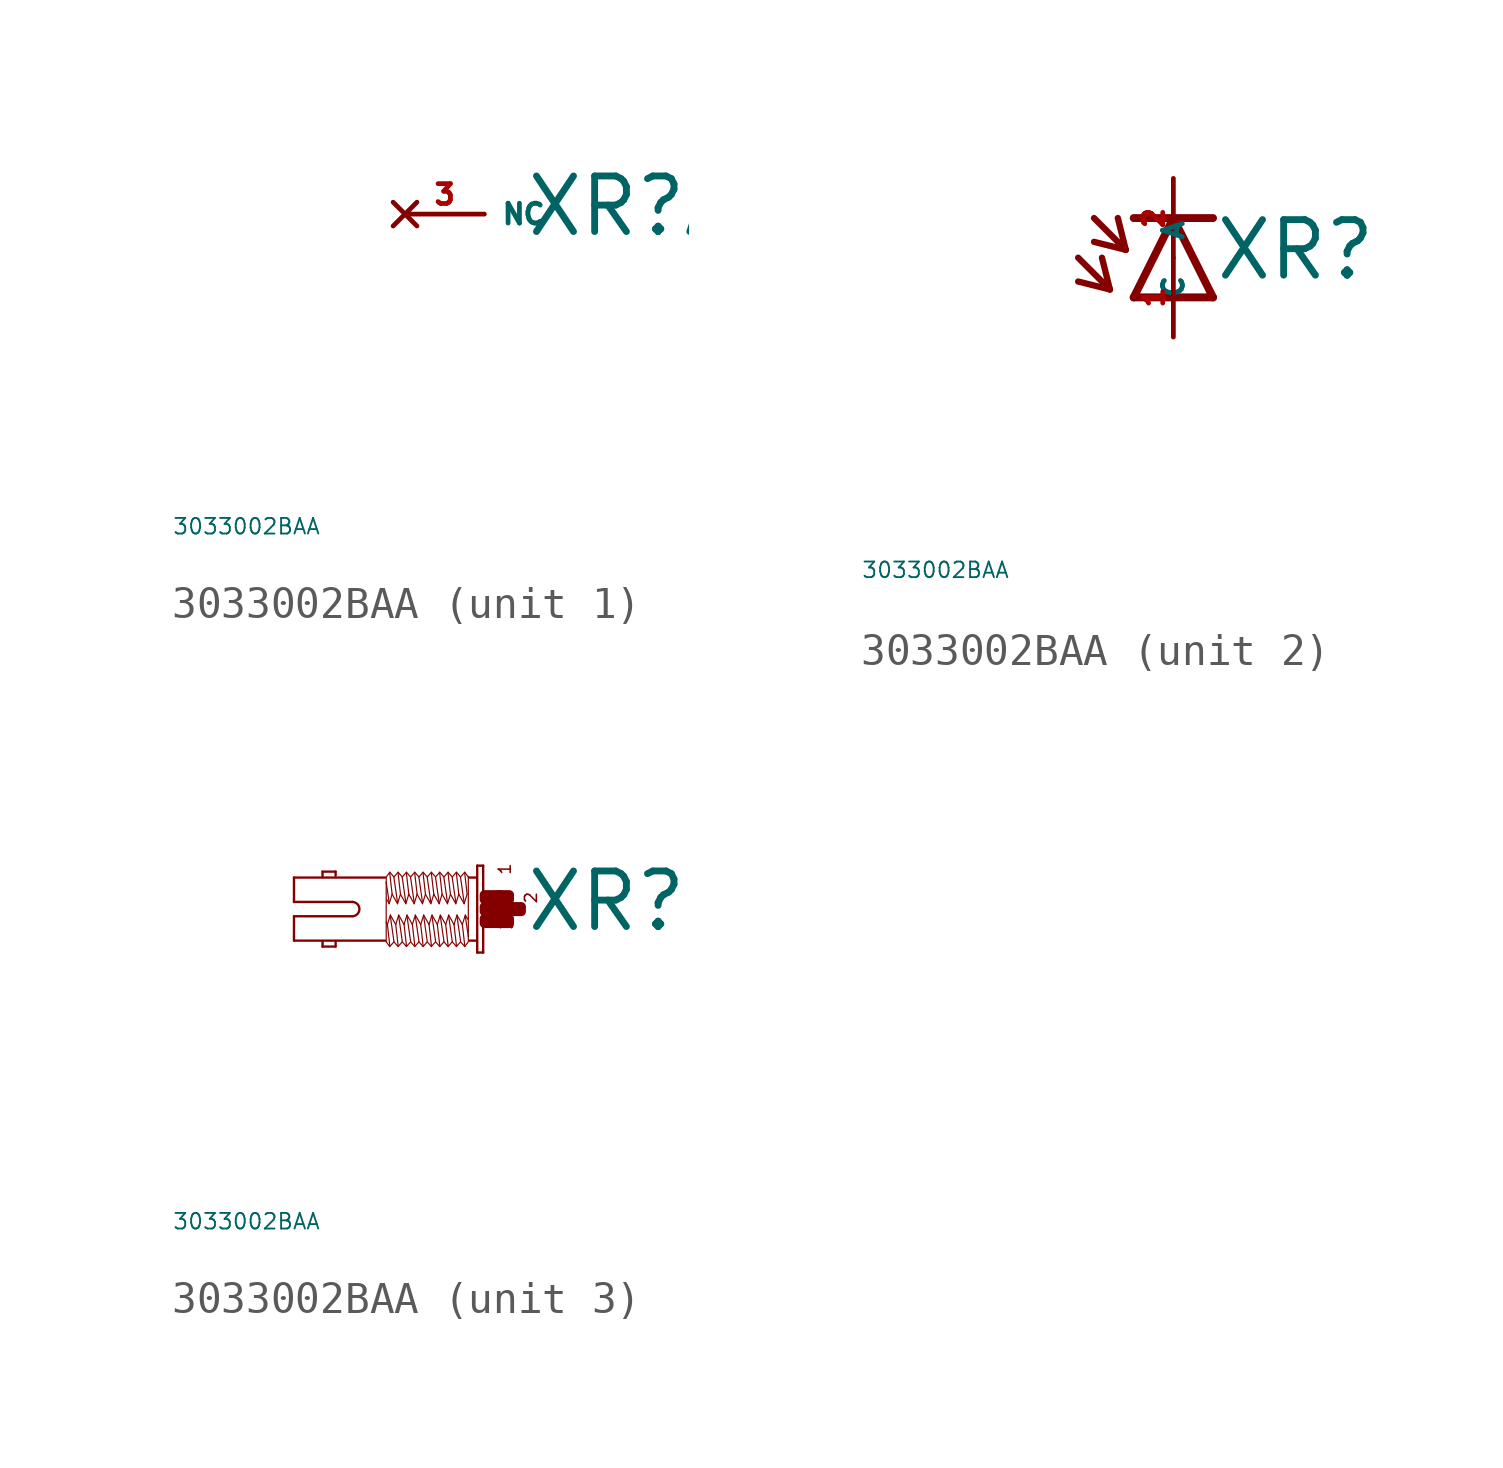
<source format=kicad_sym>
(kicad_symbol_lib
  (version 20220914)
  (generator Eagle2Kicad)
  (symbol "3033002BAA"
    (property "Reference" "XR"
      (at 1.27 -0.787 0)
      (effects (font (size 1.778 1.778) (thickness 0.22)) (justify left bottom)))
    (property "Value" "3033002BAA"
      (at -10 -10 0)
      (effects (font (size 0.5 0.5) (thickness 0.06)) (justify left)))
    (symbol "3033002BAA_1_0"
      (pin no_connect line (at -2.54 0 0) (length 2.54) (name "NC" (effects (font (size 0.635 0.635) (thickness 0.08)) (justify left bottom) hide)) (number "3" (effects (font (size 0.635 0.635) (thickness 0.08)) (justify left bottom) hide))))
    (symbol "3033002BAA_2_0"
      (polyline (pts (xy 1.27 -1.27) (xy 0 1.27)) (stroke (width 0.254) (type default)) (fill (type none)))
      (polyline (pts (xy 0 1.27) (xy -1.27 -1.27)) (stroke (width 0.254) (type default)) (fill (type none)))
      (polyline (pts (xy -1.27 1.27) (xy 0 1.27)) (stroke (width 0.254) (type default)) (fill (type none)))
      (polyline (pts (xy -1.27 -1.27) (xy 1.27 -1.27)) (stroke (width 0.254) (type default)) (fill (type none)))
      (polyline (pts (xy 0 1.27) (xy 1.27 1.27)) (stroke (width 0.254) (type default)) (fill (type none)))
      (polyline (pts (xy -3.048 0) (xy -2.032 -1.016)) (stroke (width 0.203) (type default)) (fill (type none)))
      (polyline (pts (xy -2.032 -1.016) (xy -2.286 0)) (stroke (width 0.203) (type default)) (fill (type none)))
      (polyline (pts (xy -2.032 -1.016) (xy -3.048 -0.762)) (stroke (width 0.203) (type default)) (fill (type none)))
      (polyline (pts (xy -2.54 1.27) (xy -1.524 0.254)) (stroke (width 0.203) (type default)) (fill (type none)))
      (polyline (pts (xy -1.524 0.254) (xy -1.778 1.27)) (stroke (width 0.203) (type default)) (fill (type none)))
      (polyline (pts (xy -1.524 0.254) (xy -2.54 0.508)) (stroke (width 0.203) (type default)) (fill (type none)))
      (pin passive line (at 0 -2.54 90) (length 2.54) (name "A" (effects (font (size 0.635 0.635) (thickness 0.08)) (justify left bottom))) (number "1" (effects (font (size 0.635 0.635) (thickness 0.08)) (justify left bottom))))
      (pin passive line (at 0 2.54 270) (length 2.54) (name "C" (effects (font (size 0.635 0.635) (thickness 0.08)) (justify left bottom))) (number "2" (effects (font (size 0.635 0.635) (thickness 0.08)) (justify left bottom)))))
    (symbol "3033002BAA_3_0"
      (polyline (pts (xy -0.038 1.391) (xy -0.038 -1.391)) (stroke (width 0.076) (type default)) (fill (type none)))
      (polyline (pts (xy -0.038 -1.391) (xy -0.229 -1.391)) (stroke (width 0.076) (type default)) (fill (type none)))
      (polyline (pts (xy -0.229 -1.391) (xy -0.229 1.391)) (stroke (width 0.076) (type default)) (fill (type none)))
      (polyline (pts (xy -0.229 1.391) (xy -0.038 1.391)) (stroke (width 0.076) (type default)) (fill (type none)))
      (polyline (pts (xy -0.267 1.01) (xy -0.476 1.01)) (stroke (width 0.076) (type default)) (fill (type none)))
      (polyline (pts (xy -0.267 -1.01) (xy -0.476 -1.01)) (stroke (width 0.076) (type default)) (fill (type none)))
      (polyline (pts (xy -3.181 -1.01) (xy -6.096 -1.01)) (stroke (width 0.076) (type default)) (fill (type none)))
      (polyline (pts (xy -6.096 -1.01) (xy -6.096 -0.229)) (stroke (width 0.076) (type default)) (fill (type none)))
      (polyline (pts (xy -6.096 -0.229) (xy -4.229 -0.229)) (stroke (width 0.076) (type default)) (fill (type none)))
      (polyline (pts (xy -4.229 0.229) (xy -6.096 0.229)) (stroke (width 0.076) (type default)) (fill (type none)))
      (polyline (pts (xy -6.096 0.229) (xy -6.096 1.01)) (stroke (width 0.076) (type default)) (fill (type none)))
      (polyline (pts (xy -6.096 1.01) (xy -3.181 1.01)) (stroke (width 0.076) (type default)) (fill (type none)))
      (polyline (pts (xy -4.763 -1.029) (xy -4.763 -1.2)) (stroke (width 0.076) (type default)) (fill (type none)))
      (polyline (pts (xy -4.763 -1.2) (xy -5.182 -1.2)) (stroke (width 0.076) (type default)) (fill (type none)))
      (polyline (pts (xy -5.182 -1.2) (xy -5.182 -1.048)) (stroke (width 0.076) (type default)) (fill (type none)))
      (polyline (pts (xy -4.763 1.067) (xy -4.763 1.2)) (stroke (width 0.076) (type default)) (fill (type none)))
      (polyline (pts (xy -4.763 1.2) (xy -5.182 1.2)) (stroke (width 0.076) (type default)) (fill (type none)))
      (polyline (pts (xy -5.182 1.2) (xy -5.182 1.048)) (stroke (width 0.076) (type default)) (fill (type none)))
      (polyline (pts (xy -0.514 -1.048) (xy -0.629 -1.2)) (stroke (width 0.038) (type default)) (fill (type none)))
      (polyline (pts (xy -0.629 -1.2) (xy -0.762 -1.048)) (stroke (width 0.038) (type default)) (fill (type none)))
      (polyline (pts (xy -0.762 -1.048) (xy -0.895 -1.2)) (stroke (width 0.038) (type default)) (fill (type none)))
      (polyline (pts (xy -0.895 -1.2) (xy -1.029 -1.048)) (stroke (width 0.038) (type default)) (fill (type none)))
      (polyline (pts (xy -1.029 -1.048) (xy -1.162 -1.2)) (stroke (width 0.038) (type default)) (fill (type none)))
      (polyline (pts (xy -1.162 -1.2) (xy -1.295 -1.048)) (stroke (width 0.038) (type default)) (fill (type none)))
      (polyline (pts (xy -1.295 -1.048) (xy -1.429 -1.2)) (stroke (width 0.038) (type default)) (fill (type none)))
      (polyline (pts (xy -1.429 -1.2) (xy -1.562 -1.048)) (stroke (width 0.038) (type default)) (fill (type none)))
      (polyline (pts (xy -1.562 -1.048) (xy -1.696 -1.2)) (stroke (width 0.038) (type default)) (fill (type none)))
      (polyline (pts (xy -1.696 -1.2) (xy -1.829 -1.048)) (stroke (width 0.038) (type default)) (fill (type none)))
      (polyline (pts (xy -1.829 -1.048) (xy -1.962 -1.2)) (stroke (width 0.038) (type default)) (fill (type none)))
      (polyline (pts (xy -1.962 -1.2) (xy -2.095 -1.048)) (stroke (width 0.038) (type default)) (fill (type none)))
      (polyline (pts (xy -2.095 -1.048) (xy -2.229 -1.2)) (stroke (width 0.038) (type default)) (fill (type none)))
      (polyline (pts (xy -2.229 -1.2) (xy -2.362 -1.048)) (stroke (width 0.038) (type default)) (fill (type none)))
      (polyline (pts (xy -2.362 -1.048) (xy -2.496 -1.2)) (stroke (width 0.038) (type default)) (fill (type none)))
      (polyline (pts (xy -2.496 -1.2) (xy -2.629 -1.048)) (stroke (width 0.038) (type default)) (fill (type none)))
      (polyline (pts (xy -2.629 -1.048) (xy -2.762 -1.2)) (stroke (width 0.038) (type default)) (fill (type none)))
      (polyline (pts (xy -2.762 -1.2) (xy -2.896 -1.048)) (stroke (width 0.038) (type default)) (fill (type none)))
      (polyline (pts (xy -2.896 -1.048) (xy -3.029 -1.2)) (stroke (width 0.038) (type default)) (fill (type none)))
      (polyline (pts (xy -3.029 -1.2) (xy -3.143 -1.048)) (stroke (width 0.038) (type default)) (fill (type none)))
      (polyline (pts (xy -3.143 -1.048) (xy -3.143 -0.419)) (stroke (width 0.038) (type default)) (fill (type none)))
      (polyline (pts (xy -3.143 -0.419) (xy -3.143 0.857)) (stroke (width 0.038) (type default)) (fill (type none)))
      (polyline (pts (xy -3.143 0.857) (xy -3.143 1.029)) (stroke (width 0.038) (type default)) (fill (type none)))
      (polyline (pts (xy -0.514 1.048) (xy -0.514 1.029)) (stroke (width 0.038) (type default)) (fill (type none)))
      (polyline (pts (xy -0.514 1.029) (xy -0.514 -0.876)) (stroke (width 0.038) (type default)) (fill (type none)))
      (polyline (pts (xy -0.514 -0.876) (xy -0.514 -1.029)) (stroke (width 0.038) (type default)) (fill (type none)))
      (polyline (pts (xy -0.533 -0.324) (xy -0.61 -0.191)) (stroke (width 0.038) (type default)) (fill (type none)))
      (polyline (pts (xy -0.61 -0.191) (xy -0.705 -0.495)) (stroke (width 0.038) (type default)) (fill (type none)))
      (polyline (pts (xy -0.705 -0.495) (xy -0.876 -0.191)) (stroke (width 0.038) (type default)) (fill (type none)))
      (polyline (pts (xy -0.876 -0.191) (xy -0.972 -0.495)) (stroke (width 0.038) (type default)) (fill (type none)))
      (polyline (pts (xy -0.972 -0.495) (xy -1.143 -0.191)) (stroke (width 0.038) (type default)) (fill (type none)))
      (polyline (pts (xy -1.143 -0.191) (xy -1.238 -0.495)) (stroke (width 0.038) (type default)) (fill (type none)))
      (polyline (pts (xy -1.238 -0.495) (xy -1.41 -0.191)) (stroke (width 0.038) (type default)) (fill (type none)))
      (polyline (pts (xy -1.41 -0.191) (xy -1.505 -0.495)) (stroke (width 0.038) (type default)) (fill (type none)))
      (polyline (pts (xy -1.505 -0.495) (xy -1.676 -0.191)) (stroke (width 0.038) (type default)) (fill (type none)))
      (polyline (pts (xy -1.676 -0.191) (xy -1.772 -0.495)) (stroke (width 0.038) (type default)) (fill (type none)))
      (polyline (pts (xy -1.772 -0.495) (xy -1.943 -0.191)) (stroke (width 0.038) (type default)) (fill (type none)))
      (polyline (pts (xy -1.943 -0.191) (xy -2.038 -0.495)) (stroke (width 0.038) (type default)) (fill (type none)))
      (polyline (pts (xy -2.038 -0.495) (xy -2.21 -0.191)) (stroke (width 0.038) (type default)) (fill (type none)))
      (polyline (pts (xy -2.21 -0.191) (xy -2.305 -0.495)) (stroke (width 0.038) (type default)) (fill (type none)))
      (polyline (pts (xy -2.305 -0.495) (xy -2.477 -0.191)) (stroke (width 0.038) (type default)) (fill (type none)))
      (polyline (pts (xy -2.477 -0.191) (xy -2.572 -0.495)) (stroke (width 0.038) (type default)) (fill (type none)))
      (polyline (pts (xy -2.572 -0.495) (xy -2.743 -0.191)) (stroke (width 0.038) (type default)) (fill (type none)))
      (polyline (pts (xy -2.743 -0.191) (xy -2.838 -0.495)) (stroke (width 0.038) (type default)) (fill (type none)))
      (polyline (pts (xy -2.838 -0.495) (xy -3.01 -0.191)) (stroke (width 0.038) (type default)) (fill (type none)))
      (polyline (pts (xy -3.01 -0.191) (xy -3.105 -0.495)) (stroke (width 0.038) (type default)) (fill (type none)))
      (polyline (pts (xy -3.105 -0.495) (xy -3.143 -0.419)) (stroke (width 0.038) (type default)) (fill (type none)))
      (polyline (pts (xy -3.029 -1.162) (xy -3.105 -0.495)) (stroke (width 0.038) (type default)) (fill (type none)))
      (polyline (pts (xy -2.896 -1.029) (xy -3.01 -0.229)) (stroke (width 0.038) (type default)) (fill (type none)))
      (polyline (pts (xy -2.762 -1.162) (xy -2.838 -0.495)) (stroke (width 0.038) (type default)) (fill (type none)))
      (polyline (pts (xy -2.629 -1.029) (xy -2.743 -0.229)) (stroke (width 0.038) (type default)) (fill (type none)))
      (polyline (pts (xy -2.496 -1.162) (xy -2.572 -0.495)) (stroke (width 0.038) (type default)) (fill (type none)))
      (polyline (pts (xy -2.362 -1.029) (xy -2.477 -0.229)) (stroke (width 0.038) (type default)) (fill (type none)))
      (polyline (pts (xy -2.229 -1.162) (xy -2.305 -0.495)) (stroke (width 0.038) (type default)) (fill (type none)))
      (polyline (pts (xy -2.095 -1.029) (xy -2.21 -0.229)) (stroke (width 0.038) (type default)) (fill (type none)))
      (polyline (pts (xy -1.962 -1.162) (xy -2.038 -0.495)) (stroke (width 0.038) (type default)) (fill (type none)))
      (polyline (pts (xy -1.829 -1.029) (xy -1.943 -0.229)) (stroke (width 0.038) (type default)) (fill (type none)))
      (polyline (pts (xy -1.696 -1.162) (xy -1.772 -0.495)) (stroke (width 0.038) (type default)) (fill (type none)))
      (polyline (pts (xy -1.562 -1.029) (xy -1.676 -0.229)) (stroke (width 0.038) (type default)) (fill (type none)))
      (polyline (pts (xy -1.429 -1.162) (xy -1.505 -0.495)) (stroke (width 0.038) (type default)) (fill (type none)))
      (polyline (pts (xy -1.295 -1.029) (xy -1.41 -0.229)) (stroke (width 0.038) (type default)) (fill (type none)))
      (polyline (pts (xy -1.162 -1.162) (xy -1.238 -0.495)) (stroke (width 0.038) (type default)) (fill (type none)))
      (polyline (pts (xy -1.029 -1.029) (xy -1.143 -0.229)) (stroke (width 0.038) (type default)) (fill (type none)))
      (polyline (pts (xy -0.895 -1.162) (xy -0.972 -0.495)) (stroke (width 0.038) (type default)) (fill (type none)))
      (polyline (pts (xy -0.762 -1.029) (xy -0.876 -0.229)) (stroke (width 0.038) (type default)) (fill (type none)))
      (polyline (pts (xy -0.629 -1.162) (xy -0.705 -0.495)) (stroke (width 0.038) (type default)) (fill (type none)))
      (polyline (pts (xy -0.514 -0.876) (xy -0.61 -0.229)) (stroke (width 0.038) (type default)) (fill (type none)))
      (polyline (pts (xy -3.143 1.029) (xy -3.029 1.181)) (stroke (width 0.038) (type default)) (fill (type none)))
      (polyline (pts (xy -3.029 1.181) (xy -2.896 1.029)) (stroke (width 0.038) (type default)) (fill (type none)))
      (polyline (pts (xy -2.896 1.029) (xy -2.762 1.181)) (stroke (width 0.038) (type default)) (fill (type none)))
      (polyline (pts (xy -2.762 1.181) (xy -2.629 1.029)) (stroke (width 0.038) (type default)) (fill (type none)))
      (polyline (pts (xy -2.629 1.029) (xy -2.496 1.181)) (stroke (width 0.038) (type default)) (fill (type none)))
      (polyline (pts (xy -2.496 1.181) (xy -2.362 1.029)) (stroke (width 0.038) (type default)) (fill (type none)))
      (polyline (pts (xy -2.362 1.029) (xy -2.229 1.181)) (stroke (width 0.038) (type default)) (fill (type none)))
      (polyline (pts (xy -2.229 1.181) (xy -2.095 1.029)) (stroke (width 0.038) (type default)) (fill (type none)))
      (polyline (pts (xy -2.095 1.029) (xy -1.962 1.181)) (stroke (width 0.038) (type default)) (fill (type none)))
      (polyline (pts (xy -1.962 1.181) (xy -1.829 1.029)) (stroke (width 0.038) (type default)) (fill (type none)))
      (polyline (pts (xy -1.829 1.029) (xy -1.696 1.181)) (stroke (width 0.038) (type default)) (fill (type none)))
      (polyline (pts (xy -1.696 1.181) (xy -1.562 1.029)) (stroke (width 0.038) (type default)) (fill (type none)))
      (polyline (pts (xy -1.562 1.029) (xy -1.429 1.181)) (stroke (width 0.038) (type default)) (fill (type none)))
      (polyline (pts (xy -1.429 1.181) (xy -1.295 1.029)) (stroke (width 0.038) (type default)) (fill (type none)))
      (polyline (pts (xy -1.295 1.029) (xy -1.162 1.181)) (stroke (width 0.038) (type default)) (fill (type none)))
      (polyline (pts (xy -1.162 1.181) (xy -1.029 1.029)) (stroke (width 0.038) (type default)) (fill (type none)))
      (polyline (pts (xy -1.029 1.029) (xy -0.895 1.181)) (stroke (width 0.038) (type default)) (fill (type none)))
      (polyline (pts (xy -0.895 1.181) (xy -0.762 1.029)) (stroke (width 0.038) (type default)) (fill (type none)))
      (polyline (pts (xy -0.762 1.029) (xy -0.629 1.181)) (stroke (width 0.038) (type default)) (fill (type none)))
      (polyline (pts (xy -0.629 1.181) (xy -0.514 1.029)) (stroke (width 0.038) (type default)) (fill (type none)))
      (polyline (pts (xy -3.124 0.305) (xy -3.048 0.172)) (stroke (width 0.038) (type default)) (fill (type none)))
      (polyline (pts (xy -3.048 0.172) (xy -2.953 0.476)) (stroke (width 0.038) (type default)) (fill (type none)))
      (polyline (pts (xy -2.953 0.476) (xy -2.781 0.172)) (stroke (width 0.038) (type default)) (fill (type none)))
      (polyline (pts (xy -2.781 0.172) (xy -2.686 0.476)) (stroke (width 0.038) (type default)) (fill (type none)))
      (polyline (pts (xy -2.686 0.476) (xy -2.515 0.172)) (stroke (width 0.038) (type default)) (fill (type none)))
      (polyline (pts (xy -2.515 0.172) (xy -2.419 0.476)) (stroke (width 0.038) (type default)) (fill (type none)))
      (polyline (pts (xy -2.419 0.476) (xy -2.248 0.172)) (stroke (width 0.038) (type default)) (fill (type none)))
      (polyline (pts (xy -2.248 0.172) (xy -2.153 0.476)) (stroke (width 0.038) (type default)) (fill (type none)))
      (polyline (pts (xy -2.153 0.476) (xy -1.981 0.172)) (stroke (width 0.038) (type default)) (fill (type none)))
      (polyline (pts (xy -1.981 0.172) (xy -1.886 0.476)) (stroke (width 0.038) (type default)) (fill (type none)))
      (polyline (pts (xy -1.886 0.476) (xy -1.714 0.172)) (stroke (width 0.038) (type default)) (fill (type none)))
      (polyline (pts (xy -1.714 0.172) (xy -1.619 0.476)) (stroke (width 0.038) (type default)) (fill (type none)))
      (polyline (pts (xy -1.619 0.476) (xy -1.448 0.172)) (stroke (width 0.038) (type default)) (fill (type none)))
      (polyline (pts (xy -1.448 0.172) (xy -1.353 0.476)) (stroke (width 0.038) (type default)) (fill (type none)))
      (polyline (pts (xy -1.353 0.476) (xy -1.181 0.172)) (stroke (width 0.038) (type default)) (fill (type none)))
      (polyline (pts (xy -1.181 0.172) (xy -1.086 0.476)) (stroke (width 0.038) (type default)) (fill (type none)))
      (polyline (pts (xy -1.086 0.476) (xy -0.914 0.172)) (stroke (width 0.038) (type default)) (fill (type none)))
      (polyline (pts (xy -0.914 0.172) (xy -0.819 0.476)) (stroke (width 0.038) (type default)) (fill (type none)))
      (polyline (pts (xy -0.819 0.476) (xy -0.648 0.172)) (stroke (width 0.038) (type default)) (fill (type none)))
      (polyline (pts (xy -0.648 0.172) (xy -0.552 0.476)) (stroke (width 0.038) (type default)) (fill (type none)))
      (polyline (pts (xy -0.629 1.143) (xy -0.552 0.476)) (stroke (width 0.038) (type default)) (fill (type none)))
      (polyline (pts (xy -0.762 1.01) (xy -0.648 0.21)) (stroke (width 0.038) (type default)) (fill (type none)))
      (polyline (pts (xy -0.895 1.143) (xy -0.819 0.476)) (stroke (width 0.038) (type default)) (fill (type none)))
      (polyline (pts (xy -1.029 1.01) (xy -0.914 0.21)) (stroke (width 0.038) (type default)) (fill (type none)))
      (polyline (pts (xy -1.162 1.143) (xy -1.086 0.476)) (stroke (width 0.038) (type default)) (fill (type none)))
      (polyline (pts (xy -1.295 1.01) (xy -1.181 0.21)) (stroke (width 0.038) (type default)) (fill (type none)))
      (polyline (pts (xy -1.429 1.143) (xy -1.353 0.476)) (stroke (width 0.038) (type default)) (fill (type none)))
      (polyline (pts (xy -1.562 1.01) (xy -1.448 0.21)) (stroke (width 0.038) (type default)) (fill (type none)))
      (polyline (pts (xy -1.696 1.143) (xy -1.619 0.476)) (stroke (width 0.038) (type default)) (fill (type none)))
      (polyline (pts (xy -1.829 1.01) (xy -1.714 0.21)) (stroke (width 0.038) (type default)) (fill (type none)))
      (polyline (pts (xy -1.962 1.143) (xy -1.886 0.476)) (stroke (width 0.038) (type default)) (fill (type none)))
      (polyline (pts (xy -2.095 1.01) (xy -1.981 0.21)) (stroke (width 0.038) (type default)) (fill (type none)))
      (polyline (pts (xy -2.229 1.143) (xy -2.153 0.476)) (stroke (width 0.038) (type default)) (fill (type none)))
      (polyline (pts (xy -2.362 1.01) (xy -2.248 0.21)) (stroke (width 0.038) (type default)) (fill (type none)))
      (polyline (pts (xy -2.496 1.143) (xy -2.419 0.476)) (stroke (width 0.038) (type default)) (fill (type none)))
      (polyline (pts (xy -2.629 1.01) (xy -2.515 0.21)) (stroke (width 0.038) (type default)) (fill (type none)))
      (polyline (pts (xy -2.762 1.143) (xy -2.686 0.476)) (stroke (width 0.038) (type default)) (fill (type none)))
      (polyline (pts (xy -2.896 1.01) (xy -2.781 0.21)) (stroke (width 0.038) (type default)) (fill (type none)))
      (polyline (pts (xy -3.029 1.143) (xy -2.953 0.476)) (stroke (width 0.038) (type default)) (fill (type none)))
      (polyline (pts (xy -3.143 0.857) (xy -3.048 0.21)) (stroke (width 0.038) (type default)) (fill (type none)))
      (arc (start -4.2291 -0.2286) (mid -4.001 0.000) (end -4.2291 0.2286) (stroke (width 0.0762) (type default)) (fill (type none)))
      (text "1" (at 0.876 1.067 1800) (effects (font (size 0.381 0.381) (thickness 0.05)) (justify left bottom)))
      (text "3" (at 0.953 -0.686 1800) (effects (font (size 0.381 0.381) (thickness 0.05)) (justify left bottom)))
      (text "2" (at 1.714 0.152 1800) (effects (font (size 0.381 0.381) (thickness 0.05)) (justify left bottom)))
      (rectangle (start 0 -0.457) (end 0.495 -0.305) (stroke (width 0.3) (type default)) (fill (type outline)))
      (rectangle (start 0 -0.076) (end 0.876 0.076) (stroke (width 0.3) (type default)) (fill (type outline)))
      (rectangle (start 0.457 -0.457) (end 0.8 -0.305) (stroke (width 0.3) (type default)) (fill (type outline)))
      (rectangle (start 0.838 -0.076) (end 1.181 0.076) (stroke (width 0.3) (type default)) (fill (type outline)))
      (rectangle (start 0.457 0.305) (end 0.8 0.457) (stroke (width 0.3) (type default)) (fill (type outline)))
      (rectangle (start 0 0.305) (end 0.495 0.457) (stroke (width 0.3) (type default)) (fill (type outline))))))
</source>
